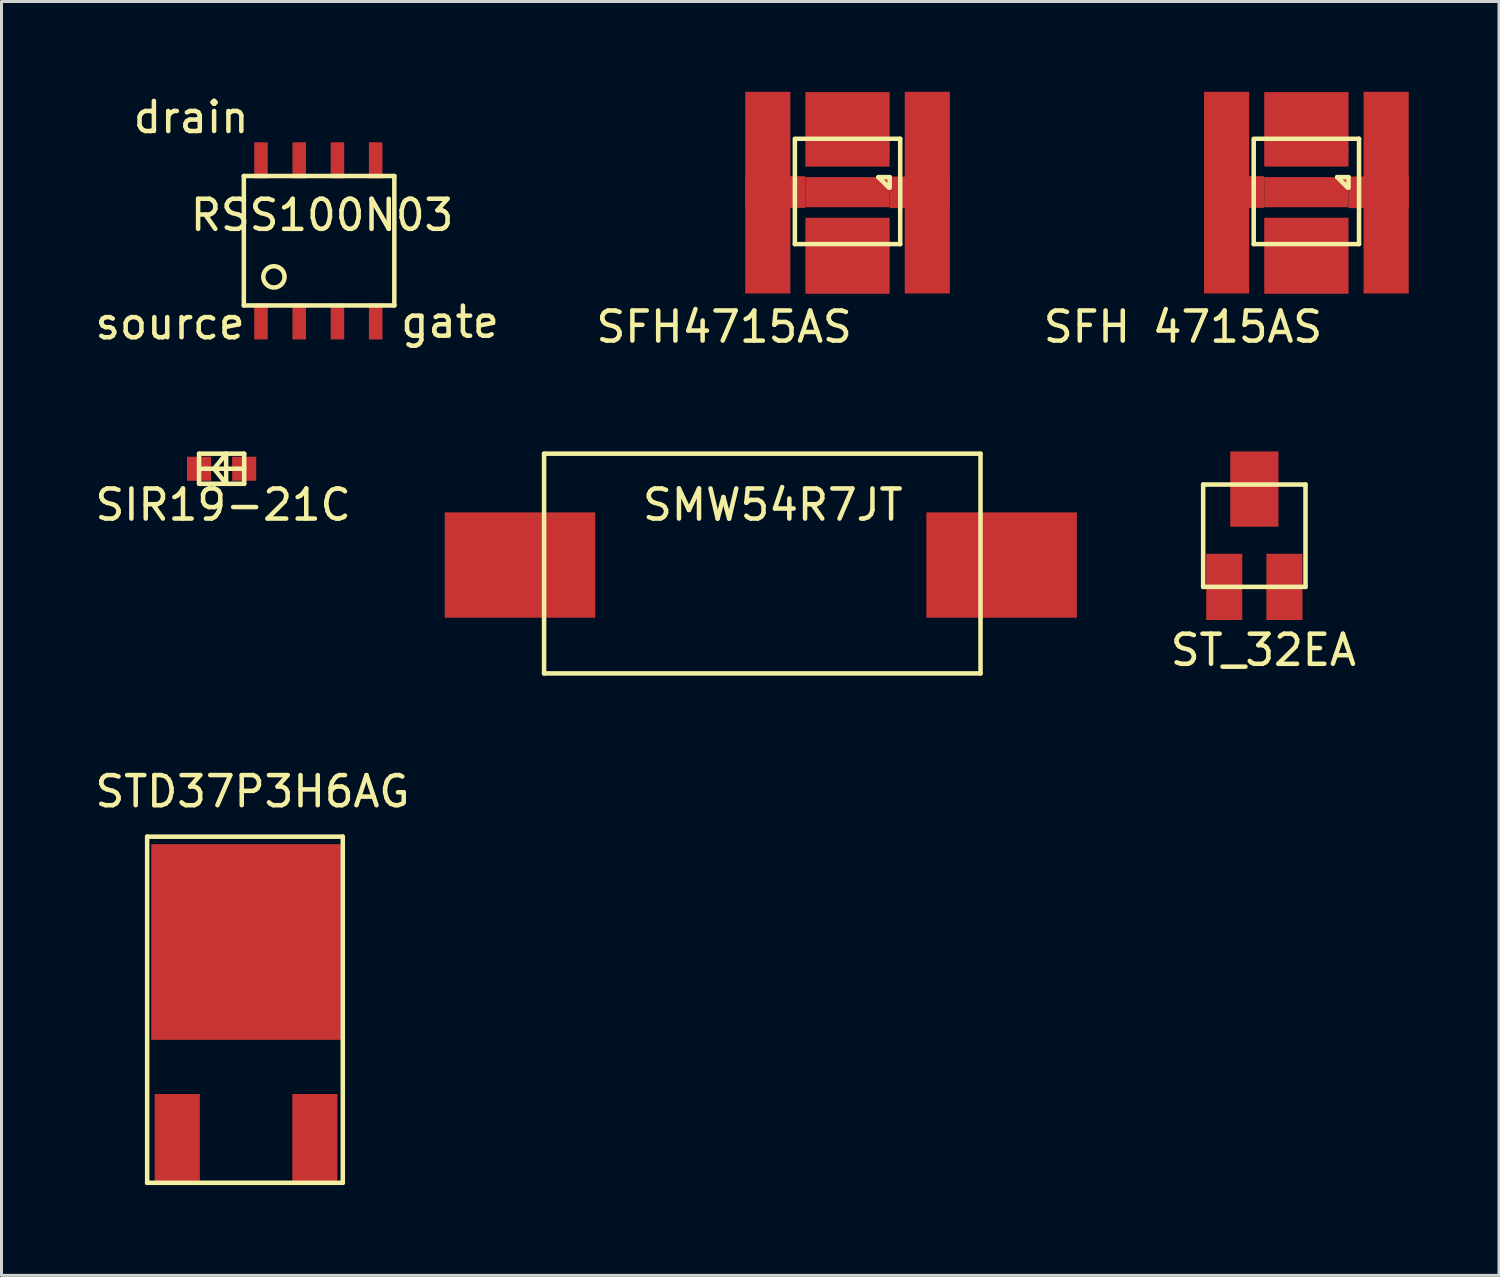
<source format=kicad_pcb>
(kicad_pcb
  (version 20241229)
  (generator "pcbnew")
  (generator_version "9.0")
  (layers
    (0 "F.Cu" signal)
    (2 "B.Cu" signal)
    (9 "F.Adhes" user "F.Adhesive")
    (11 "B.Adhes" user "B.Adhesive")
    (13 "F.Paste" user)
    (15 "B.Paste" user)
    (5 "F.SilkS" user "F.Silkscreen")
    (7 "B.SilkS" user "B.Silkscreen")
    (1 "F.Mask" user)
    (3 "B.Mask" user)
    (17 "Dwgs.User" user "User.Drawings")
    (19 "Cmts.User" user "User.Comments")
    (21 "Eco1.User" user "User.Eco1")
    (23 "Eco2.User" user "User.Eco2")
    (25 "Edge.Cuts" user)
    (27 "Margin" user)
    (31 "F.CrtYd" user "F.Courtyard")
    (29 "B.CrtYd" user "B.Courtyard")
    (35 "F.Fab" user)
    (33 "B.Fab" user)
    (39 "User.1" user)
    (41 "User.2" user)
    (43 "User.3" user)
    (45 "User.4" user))
  (footprint "SFH 4715AS"
    (layer "F.Cu")
    (at 38.852 4.81)
    (property "Reference" "SFH 4715AS" (at -2.6 3 0) (layer "F.SilkS") (effects (font (size 1 1) (thickness 0.15))))
    (attr through_hole)
    (fp_line (start -0.25 -3.25) (end 3.25 -3.25) (stroke (width 0.15) (type solid)) (layer "F.SilkS"))
    (fp_line (start -0.25 0.25) (end -0.25 -3.2) (stroke (width 0.15) (type solid)) (layer "F.SilkS"))
    (fp_line (start 2.525 -1.975) (end 2.875 -1.625) (stroke (width 0.15) (type solid)) (layer "F.SilkS"))
    (fp_line (start 2.9 -1.975) (end 2.525 -1.975) (stroke (width 0.15) (type solid)) (layer "F.SilkS"))
    (fp_line (start 2.9 -1.975) (end 2.9 -1.625) (stroke (width 0.15) (type solid)) (layer "F.SilkS"))
    (fp_line (start 3.25 -3.25) (end 3.25 0.25) (stroke (width 0.15) (type solid)) (layer "F.SilkS"))
    (fp_line (start 3.25 0.25) (end -0.25 0.25) (stroke (width 0.15) (type solid)) (layer "F.SilkS"))
    (pad "1" smd rect (at 1.5 -3.8) (size 2.8 2) (layers "F.Cu" "F.Mask" "F.Paste"))
    (pad "1" smd rect (at 1.5 -2.6) (size 2.8 0.55) (layers "F.Cu" "F.Mask" "F.Paste"))
    (pad "2" smd rect (at -1.15 -1.46) (size 1.5 6.7) (layers "F.Cu" "F.Mask" "F.Paste"))
    (pad "2" smd rect (at -0.9 -1.48) (size 2 1.05) (layers "F.Cu" "F.Mask" "F.Paste"))
    (pad "2" smd rect (at 1.5 -1.475) (size 2.8 1) (layers "F.Cu" "F.Mask" "F.Paste"))
    (pad "2" smd rect (at 1.5 -0.35) (size 2.8 0.55) (layers "F.Cu" "F.Mask" "F.Paste"))
    (pad "2" smd rect (at 1.5 0.9) (size 2.8 2) (layers "F.Cu" "F.Mask" "F.Paste"))
    (pad "2" smd rect (at 3.9 -1.47) (size 2 1.05) (layers "F.Cu" "F.Mask" "F.Paste"))
    (pad "2" smd rect (at 4.15 -1.46) (size 1.5 6.7) (layers "F.Cu" "F.Mask" "F.Paste")))
  (footprint "ST_32EA"
    (layer "F.Cu")
    (at 38.623 14.848)
    (property "Reference" "ST_32EA" (at 0.3 3.7 0) (layer "F.SilkS") (effects (font (size 1 1) (thickness 0.15))))
    (attr through_hole)
    (fp_line (start -1.7 -1.8) (end 1.7 -1.8) (stroke (width 0.15) (type solid)) (layer "F.SilkS"))
    (fp_line (start -1.7 1.6) (end -1.7 -1.8) (stroke (width 0.15) (type solid)) (layer "F.SilkS"))
    (fp_line (start 1.7 -1.8) (end 1.7 1.6) (stroke (width 0.15) (type solid)) (layer "F.SilkS"))
    (fp_line (start 1.7 1.6) (end -1.7 1.6) (stroke (width 0.15) (type solid)) (layer "F.SilkS"))
    (pad "1" smd rect (at 1 1.6) (size 1.2 2.2) (layers "F.Cu" "F.Mask" "F.Paste"))
    (pad "2" smd rect (at 0 -1.65) (size 1.6 2.5) (layers "F.Cu" "F.Mask" "F.Paste"))
    (pad "3" smd rect (at -1 1.6) (size 1.2 2.2) (layers "F.Cu" "F.Mask" "F.Paste")))
  (footprint "SFH4715AS"
    (layer "F.Cu")
    (at 23.608 4.81)
    (property "Reference" "SFH4715AS" (at -2.6 3 0) (layer "F.SilkS") (effects (font (size 1 1) (thickness 0.15))))
    (attr through_hole)
    (fp_line (start -0.25 -3.25) (end 3.25 -3.25) (stroke (width 0.15) (type solid)) (layer "F.SilkS"))
    (fp_line (start -0.25 0.25) (end -0.25 -3.2) (stroke (width 0.15) (type solid)) (layer "F.SilkS"))
    (fp_line (start 2.525 -1.975) (end 2.875 -1.625) (stroke (width 0.15) (type solid)) (layer "F.SilkS"))
    (fp_line (start 2.9 -1.975) (end 2.525 -1.975) (stroke (width 0.15) (type solid)) (layer "F.SilkS"))
    (fp_line (start 2.9 -1.975) (end 2.9 -1.625) (stroke (width 0.15) (type solid)) (layer "F.SilkS"))
    (fp_line (start 3.25 -3.25) (end 3.25 0.25) (stroke (width 0.15) (type solid)) (layer "F.SilkS"))
    (fp_line (start 3.25 0.25) (end -0.25 0.25) (stroke (width 0.15) (type solid)) (layer "F.SilkS"))
    (pad "1" smd rect (at 1.5 -3.8) (size 2.8 2) (layers "F.Cu" "F.Mask" "F.Paste"))
    (pad "1" smd rect (at 1.5 -2.6) (size 2.8 0.55) (layers "F.Cu" "F.Mask" "F.Paste"))
    (pad "2" smd rect (at -1.15 -1.46) (size 1.5 6.7) (layers "F.Cu" "F.Mask" "F.Paste"))
    (pad "2" smd rect (at -0.9 -1.48) (size 2 1.05) (layers "F.Cu" "F.Mask" "F.Paste"))
    (pad "2" smd rect (at 1.5 -1.475) (size 2.8 1) (layers "F.Cu" "F.Mask" "F.Paste"))
    (pad "2" smd rect (at 1.5 -0.35) (size 2.8 0.55) (layers "F.Cu" "F.Mask" "F.Paste"))
    (pad "2" smd rect (at 1.5 0.9) (size 2.8 2) (layers "F.Cu" "F.Mask" "F.Paste"))
    (pad "2" smd rect (at 3.9 -1.47) (size 2 1.05) (layers "F.Cu" "F.Mask" "F.Paste"))
    (pad "2" smd rect (at 4.15 -1.46) (size 1.5 6.7) (layers "F.Cu" "F.Mask" "F.Paste")))
  (footprint "SIR19-21C"
    (layer "F.Cu")
    (at 3.563 12.523)
    (property "Reference" "SIR19-21C" (at 0.8 1.2 0) (layer "F.SilkS") (effects (font (size 1 1) (thickness 0.15))))
    (attr through_hole)
    (fp_line (start 0 -0.5) (end 0 0.5) (stroke (width 0.15) (type solid)) (layer "F.SilkS"))
    (fp_line (start 0 0.5) (end 1.5 0.5) (stroke (width 0.15) (type solid)) (layer "F.SilkS"))
    (fp_line (start 0.5 0) (end 0.9 0.5) (stroke (width 0.15) (type solid)) (layer "F.SilkS"))
    (fp_line (start 0.9 -0.5) (end 0.5 0) (stroke (width 0.15) (type solid)) (layer "F.SilkS"))
    (fp_line (start 0.9 0.5) (end 0.9 -0.5) (stroke (width 0.15) (type solid)) (layer "F.SilkS"))
    (fp_line (start 1.5 -0.5) (end 0 -0.5) (stroke (width 0.15) (type solid)) (layer "F.SilkS"))
    (fp_line (start 1.5 0) (end 0 0) (stroke (width 0.15) (type solid)) (layer "F.SilkS"))
    (fp_line (start 1.5 0.5) (end 1.5 -0.5) (stroke (width 0.15) (type solid)) (layer "F.SilkS"))
    (pad "1" smd rect (at 0 0) (size 0.8 0.8) (layers "F.Cu" "F.Mask" "F.Paste"))
    (pad "2" smd rect (at 1.5 0) (size 0.8 0.8) (layers "F.Cu" "F.Mask" "F.Paste")))
  (footprint "SMW54R7JT"
    (layer "F.Cu")
    (at 14.226 15.723)
    (property "Reference" "SMW54R7JT" (at 8.4 -2 0) (layer "F.SilkS") (effects (font (size 1 1) (thickness 0.15))))
    (attr through_hole)
    (fp_line (start 0.8 -3.7) (end 0.8 3.6) (stroke (width 0.15) (type solid)) (layer "F.SilkS"))
    (fp_line (start 0.8 3.6) (end 15.3 3.6) (stroke (width 0.15) (type solid)) (layer "F.SilkS"))
    (fp_line (start 15.3 -3.7) (end 0.8 -3.7) (stroke (width 0.15) (type solid)) (layer "F.SilkS"))
    (fp_line (start 15.3 3.6) (end 15.3 -3.7) (stroke (width 0.15) (type solid)) (layer "F.SilkS"))
    (pad "1" smd rect (at 0 0) (size 5 3.5) (layers "F.Cu" "F.Mask" "F.Paste"))
    (pad "2" smd rect (at 16 0) (size 5 3.5) (layers "F.Cu" "F.Mask" "F.Paste")))
  (footprint "STD37P3H6AG"
    (layer "F.Cu")
    (at 2.839 34.746)
    (property "Reference" "STD37P3H6AG" (at 2.5 -11.5 0) (layer "F.SilkS") (effects (font (size 1 1) (thickness 0.15))))
    (attr through_hole)
    (fp_line (start -1 -10) (end -1 1.5) (stroke (width 0.15) (type solid)) (layer "F.SilkS"))
    (fp_line (start -1 1.5) (end 5.5 1.5) (stroke (width 0.15) (type solid)) (layer "F.SilkS"))
    (fp_line (start 5.5 -10) (end -1 -10) (stroke (width 0.15) (type solid)) (layer "F.SilkS"))
    (fp_line (start 5.5 1.5) (end 5.5 -10) (stroke (width 0.15) (type solid)) (layer "F.SilkS"))
    (pad "1" smd rect (at 0 0) (size 1.5 2.9) (layers "F.Cu" "F.Mask" "F.Paste"))
    (pad "2" smd rect (at 2.286 -6.5) (size 6.3 6.5) (layers "F.Cu" "F.Mask" "F.Paste"))
    (pad "3" smd rect (at 4.572 0) (size 1.5 2.9) (layers "F.Cu" "F.Mask" "F.Paste")))
  (footprint "RSS100N03"
    (layer "F.Cu")
    (at 4.351 8.698)
    (property "Reference" "RSS100N03" (at 3.3 -4.6 0) (layer "F.SilkS") (effects (font (size 1 1) (thickness 0.15))))
    (attr through_hole)
    (fp_line (start 0.7 -5.9) (end 5.7 -5.9) (stroke (width 0.15) (type solid)) (layer "F.SilkS"))
    (fp_line (start 0.7 -1.6) (end 0.7 -5.9) (stroke (width 0.15) (type solid)) (layer "F.SilkS"))
    (fp_line (start 5.7 -5.9) (end 5.7 -1.6) (stroke (width 0.15) (type solid)) (layer "F.SilkS"))
    (fp_line (start 5.7 -1.6) (end 0.7 -1.6) (stroke (width 0.15) (type solid)) (layer "F.SilkS"))
    (fp_circle (center 1.7 -2.55) (end 1.95 -2.3) (stroke (width 0.15) (type solid)) (fill no) (layer "F.SilkS"))
    (fp_text user "gate" (at 7.55 -1.05 0) (layer "F.SilkS") (effects (font (size 1 1) (thickness 0.15))))
    (fp_text user "source" (at -1.75 -1 0) (layer "F.SilkS") (effects (font (size 1 1) (thickness 0.15))))
    (fp_text user "drain" (at -1.05 -7.85 0) (layer "F.SilkS") (effects (font (size 1 1) (thickness 0.15))))
    (pad "1" smd rect (at 1.27 -1.07) (size 0.45 1.2) (layers "F.Cu" "F.Mask" "F.Paste"))
    (pad "1" smd rect (at 2.54 -1.07) (size 0.45 1.2) (layers "F.Cu" "F.Mask" "F.Paste"))
    (pad "1" smd rect (at 3.81 -1.07) (size 0.45 1.2) (layers "F.Cu" "F.Mask" "F.Paste"))
    (pad "2" smd rect (at 5.08 -1.07) (size 0.45 1.2) (layers "F.Cu" "F.Mask" "F.Paste"))
    (pad "3" smd rect (at 1.27 -6.42) (size 0.45 1.2) (layers "F.Cu" "F.Mask" "F.Paste"))
    (pad "3" smd rect (at 2.54 -6.42) (size 0.45 1.2) (layers "F.Cu" "F.Mask" "F.Paste"))
    (pad "3" smd rect (at 3.81 -6.42) (size 0.45 1.2) (layers "F.Cu" "F.Mask" "F.Paste"))
    (pad "3" smd rect (at 5.08 -6.42) (size 0.45 1.2) (layers "F.Cu" "F.Mask" "F.Paste")))
  (gr_rect
    (start -3 -3)
    (end 46.752 39.322)
    (stroke (width 0.1) (type default))
    (fill no)
    (layer "Edge.Cuts")))
</source>
